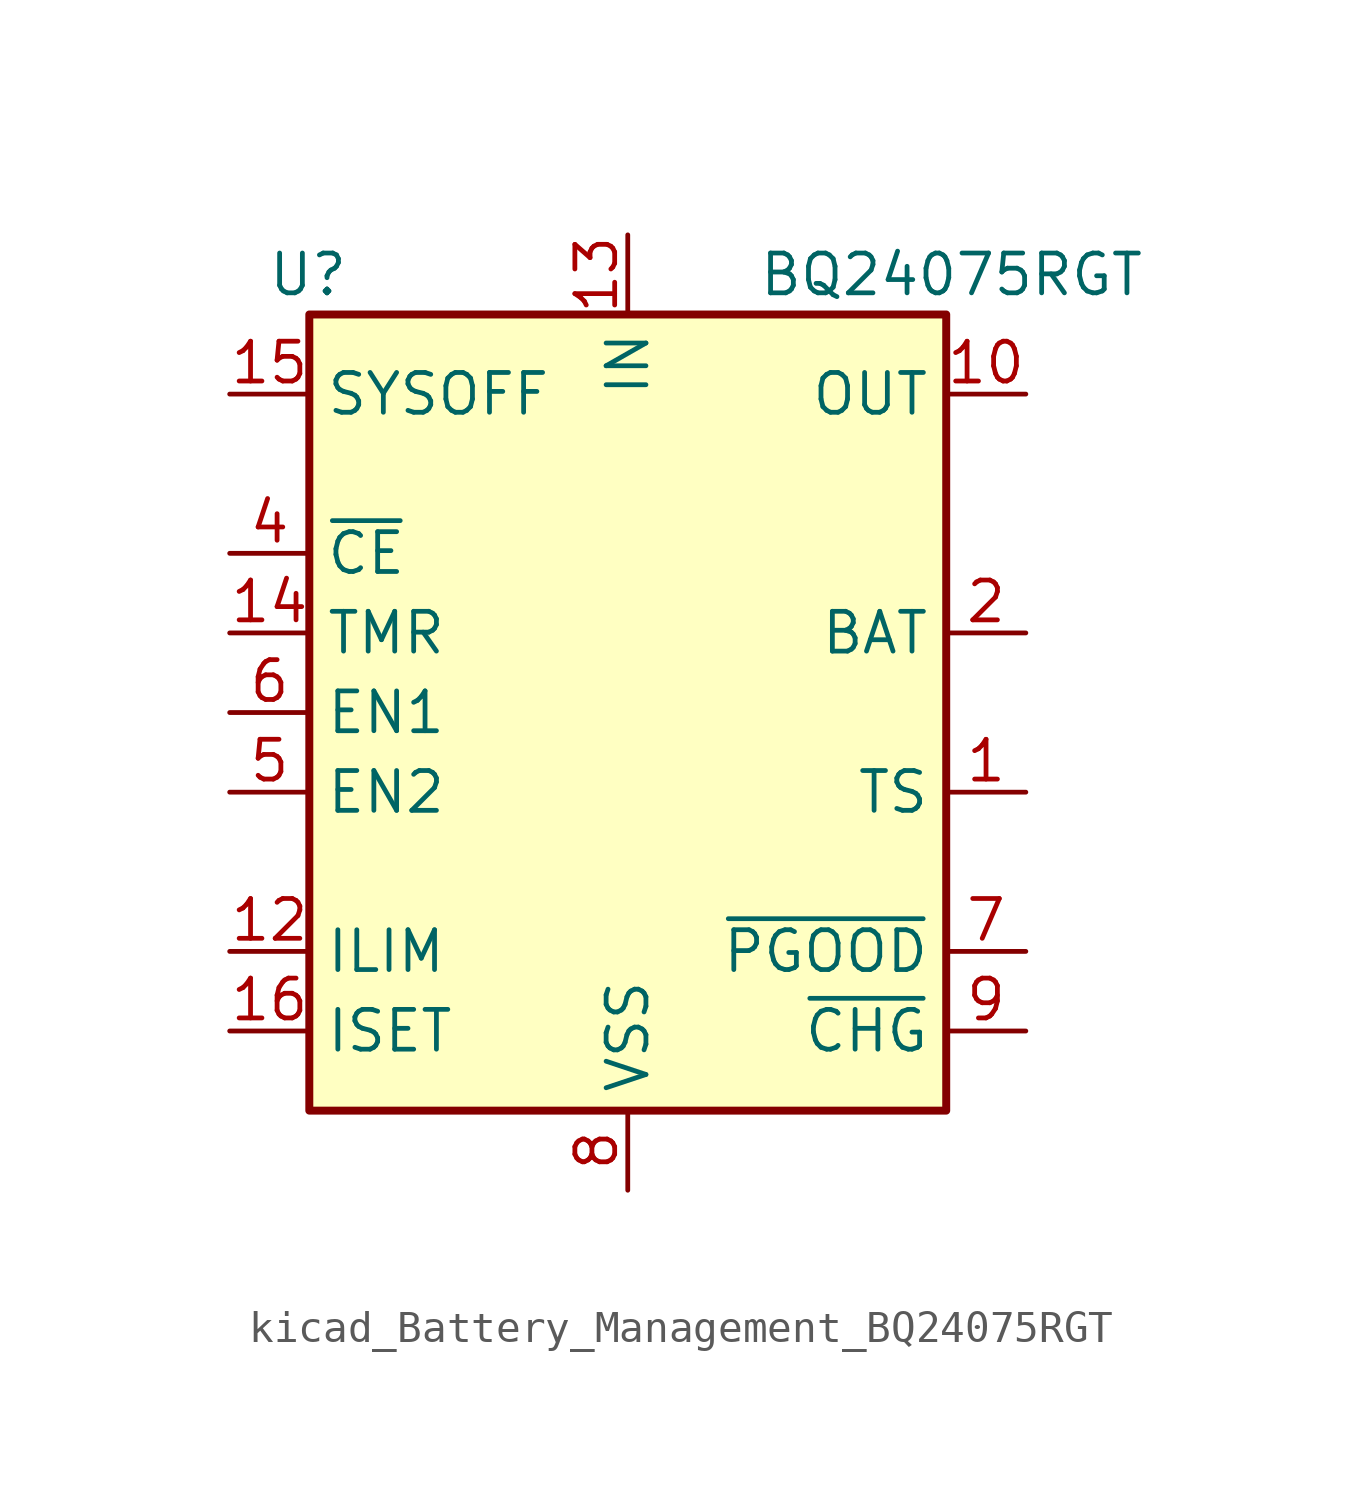
<source format=kicad_sym>
(kicad_symbol_lib
  (version 20220914)
  (generator kicad_symbol_editor)
  (symbol "kicad_Battery_Management_BQ24075RGT"
    (property "Reference" "U"
      (at -8.89 13.97 0)
      (effects (font (size 1.27 1.27)) (justify right)))
    (property "Value" "BQ24075RGT"
      (at 16.51 13.97 0)
      (effects (font (size 1.27 1.27)) (justify right)))
    (symbol "kicad_Battery_Management_BQ24075RGT_0_1"
      (rectangle (start -10.16 12.7) (end 10.16 -12.7) (stroke (width 0.254) (type default)) (fill (type background))))
    (symbol "kicad_Battery_Management_BQ24075RGT_1_1"
      (pin passive line (at 12.7 -2.54 180) (length 2.54) (name "TS" (effects (font (size 1.27 1.27)))) (number "1" (effects (font (size 1.27 1.27)))))
      (pin power_out line (at 12.7 10.16 180) (length 2.54) (name "OUT" (effects (font (size 1.27 1.27)))) (number "10" (effects (font (size 1.27 1.27)))))
      (pin passive line (at 12.7 10.16 180) (length 2.54) hide (name "OUT" (effects (font (size 1.27 1.27)))) (number "11" (effects (font (size 1.27 1.27)))))
      (pin passive line (at -12.7 -7.62 0) (length 2.54) (name "ILIM" (effects (font (size 1.27 1.27)))) (number "12" (effects (font (size 1.27 1.27)))))
      (pin power_in line (at 0 15.24 270) (length 2.54) (name "IN" (effects (font (size 1.27 1.27)))) (number "13" (effects (font (size 1.27 1.27)))))
      (pin input line (at -12.7 2.54 0) (length 2.54) (name "TMR" (effects (font (size 1.27 1.27)))) (number "14" (effects (font (size 1.27 1.27)))))
      (pin input line (at -12.7 10.16 0) (length 2.54) (name "SYSOFF" (effects (font (size 1.27 1.27)))) (number "15" (effects (font (size 1.27 1.27)))))
      (pin passive line (at -12.7 -10.16 0) (length 2.54) (name "ISET" (effects (font (size 1.27 1.27)))) (number "16" (effects (font (size 1.27 1.27)))))
      (pin passive line (at 0 -15.24 90) (length 2.54) hide (name "VSS" (effects (font (size 1.27 1.27)))) (number "17" (effects (font (size 1.27 1.27)))))
      (pin power_out line (at 12.7 2.54 180) (length 2.54) (name "BAT" (effects (font (size 1.27 1.27)))) (number "2" (effects (font (size 1.27 1.27)))))
      (pin passive line (at 12.7 2.54 180) (length 2.54) hide (name "BAT" (effects (font (size 1.27 1.27)))) (number "3" (effects (font (size 1.27 1.27)))))
      (pin input line (at -12.7 5.08 0) (length 2.54) (name "~{CE}" (effects (font (size 1.27 1.27)))) (number "4" (effects (font (size 1.27 1.27)))))
      (pin input line (at -12.7 -2.54 0) (length 2.54) (name "EN2" (effects (font (size 1.27 1.27)))) (number "5" (effects (font (size 1.27 1.27)))))
      (pin input line (at -12.7 0 0) (length 2.54) (name "EN1" (effects (font (size 1.27 1.27)))) (number "6" (effects (font (size 1.27 1.27)))))
      (pin open_collector line (at 12.7 -7.62 180) (length 2.54) (name "~{PGOOD}" (effects (font (size 1.27 1.27)))) (number "7" (effects (font (size 1.27 1.27)))))
      (pin power_in line (at 0 -15.24 90) (length 2.54) (name "VSS" (effects (font (size 1.27 1.27)))) (number "8" (effects (font (size 1.27 1.27)))))
      (pin open_collector line (at 12.7 -10.16 180) (length 2.54) (name "~{CHG}" (effects (font (size 1.27 1.27)))) (number "9" (effects (font (size 1.27 1.27))))))))
</source>
